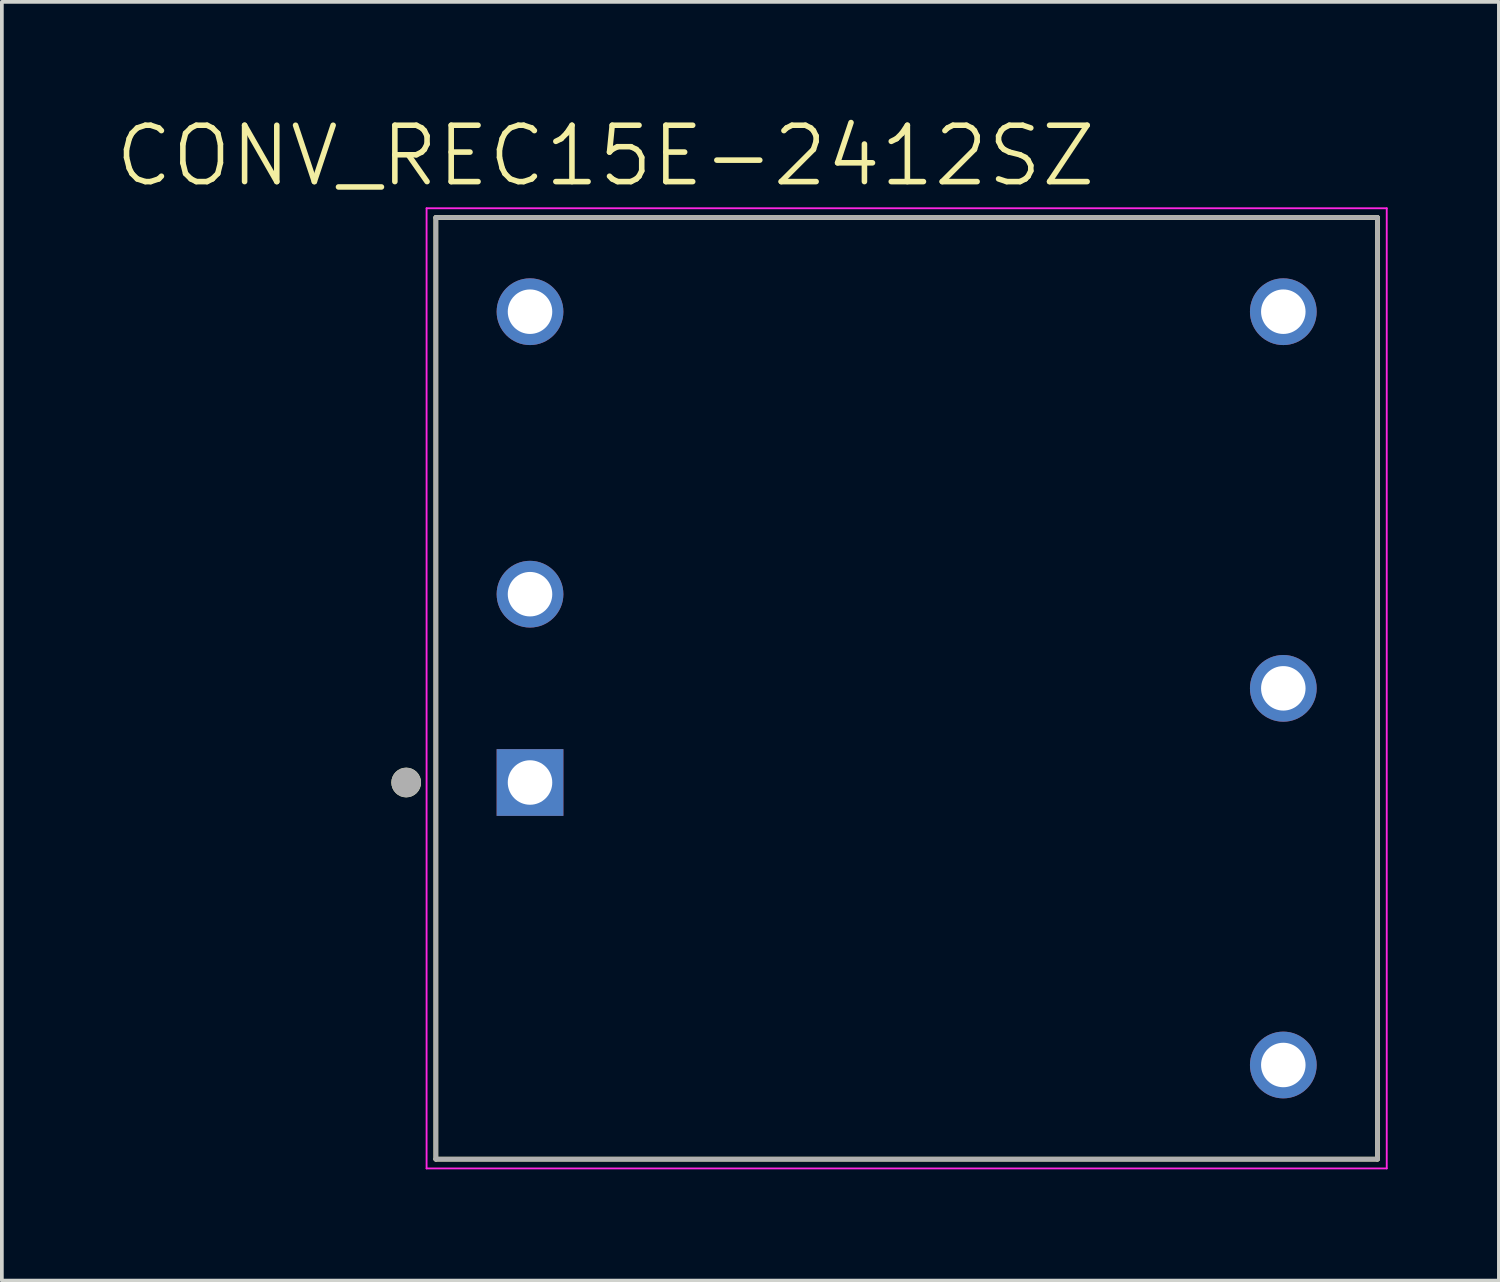
<source format=kicad_pcb>
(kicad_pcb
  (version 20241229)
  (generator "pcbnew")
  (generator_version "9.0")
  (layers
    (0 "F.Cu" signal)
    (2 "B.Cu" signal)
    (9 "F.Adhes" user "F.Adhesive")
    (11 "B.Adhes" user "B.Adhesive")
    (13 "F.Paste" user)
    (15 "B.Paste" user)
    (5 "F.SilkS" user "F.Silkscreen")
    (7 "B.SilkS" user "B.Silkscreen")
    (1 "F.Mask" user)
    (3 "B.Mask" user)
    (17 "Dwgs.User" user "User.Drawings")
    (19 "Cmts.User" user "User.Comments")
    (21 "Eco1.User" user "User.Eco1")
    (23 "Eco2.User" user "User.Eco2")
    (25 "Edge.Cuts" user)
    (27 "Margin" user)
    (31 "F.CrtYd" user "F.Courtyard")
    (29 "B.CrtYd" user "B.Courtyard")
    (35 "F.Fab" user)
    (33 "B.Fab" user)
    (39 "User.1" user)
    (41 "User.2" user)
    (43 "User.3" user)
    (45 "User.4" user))
  (footprint "CONV_REC15E-2412SZ"
    (layer "F.Cu")
    (at 21.407 15.518)
    (property "Reference" "CONV_REC15E-2412SZ" (at -8.124 -14.365 0) (layer "F.SilkS") (effects (font (size 1.52 1.52) (thickness 0.15))))
    (attr through_hole)
    (fp_line (start -12.7 -12.7) (end 12.7 -12.7) (stroke (width 0.127) (type solid)) (layer "F.SilkS"))
    (fp_line (start -12.7 12.7) (end -12.7 -12.7) (stroke (width 0.127) (type solid)) (layer "F.SilkS"))
    (fp_line (start 12.7 -12.7) (end 12.7 12.7) (stroke (width 0.127) (type solid)) (layer "F.SilkS"))
    (fp_line (start 12.7 12.7) (end -12.7 12.7) (stroke (width 0.127) (type solid)) (layer "F.SilkS"))
    (fp_circle (center -13.5 2.54) (end -13.3 2.54) (stroke (width 0.4) (type solid)) (fill no) (layer "F.SilkS"))
    (fp_line (start -12.95 -12.95) (end -12.95 12.95) (stroke (width 0.05) (type solid)) (layer "F.CrtYd"))
    (fp_line (start -12.95 12.95) (end 12.95 12.95) (stroke (width 0.05) (type solid)) (layer "F.CrtYd"))
    (fp_line (start 12.95 -12.95) (end -12.95 -12.95) (stroke (width 0.05) (type solid)) (layer "F.CrtYd"))
    (fp_line (start 12.95 12.95) (end 12.95 -12.95) (stroke (width 0.05) (type solid)) (layer "F.CrtYd"))
    (fp_line (start -12.7 -12.7) (end 12.7 -12.7) (stroke (width 0.127) (type solid)) (layer "F.Fab"))
    (fp_line (start -12.7 12.7) (end -12.7 -12.7) (stroke (width 0.127) (type solid)) (layer "F.Fab"))
    (fp_line (start 12.7 -12.7) (end 12.7 12.7) (stroke (width 0.127) (type solid)) (layer "F.Fab"))
    (fp_line (start 12.7 12.7) (end -12.7 12.7) (stroke (width 0.127) (type solid)) (layer "F.Fab"))
    (fp_circle (center -13.5 2.54) (end -13.3 2.54) (stroke (width 0.4) (type solid)) (fill no) (layer "F.Fab"))
    (pad "1" thru_hole rect (at -10.16 2.54) (size 1.8 1.8) (drill 1.2) (layers "*.Cu" "*.Mask"))
    (pad "2" thru_hole circle (at -10.16 -2.54) (size 1.8 1.8) (drill 1.2) (layers "*.Cu" "*.Mask"))
    (pad "3" thru_hole circle (at -10.16 -10.16) (size 1.8 1.8) (drill 1.2) (layers "*.Cu" "*.Mask"))
    (pad "4" thru_hole circle (at 10.16 -10.16) (size 1.8 1.8) (drill 1.2) (layers "*.Cu" "*.Mask"))
    (pad "5" thru_hole circle (at 10.16 0) (size 1.8 1.8) (drill 1.2) (layers "*.Cu" "*.Mask"))
    (pad "6" thru_hole circle (at 10.16 10.16) (size 1.8 1.8) (drill 1.2) (layers "*.Cu" "*.Mask")))
  (gr_rect
    (start -3 -3)
    (end 37.382 31.493)
    (stroke (width 0.1) (type default))
    (fill no)
    (layer "Edge.Cuts")))
</source>
